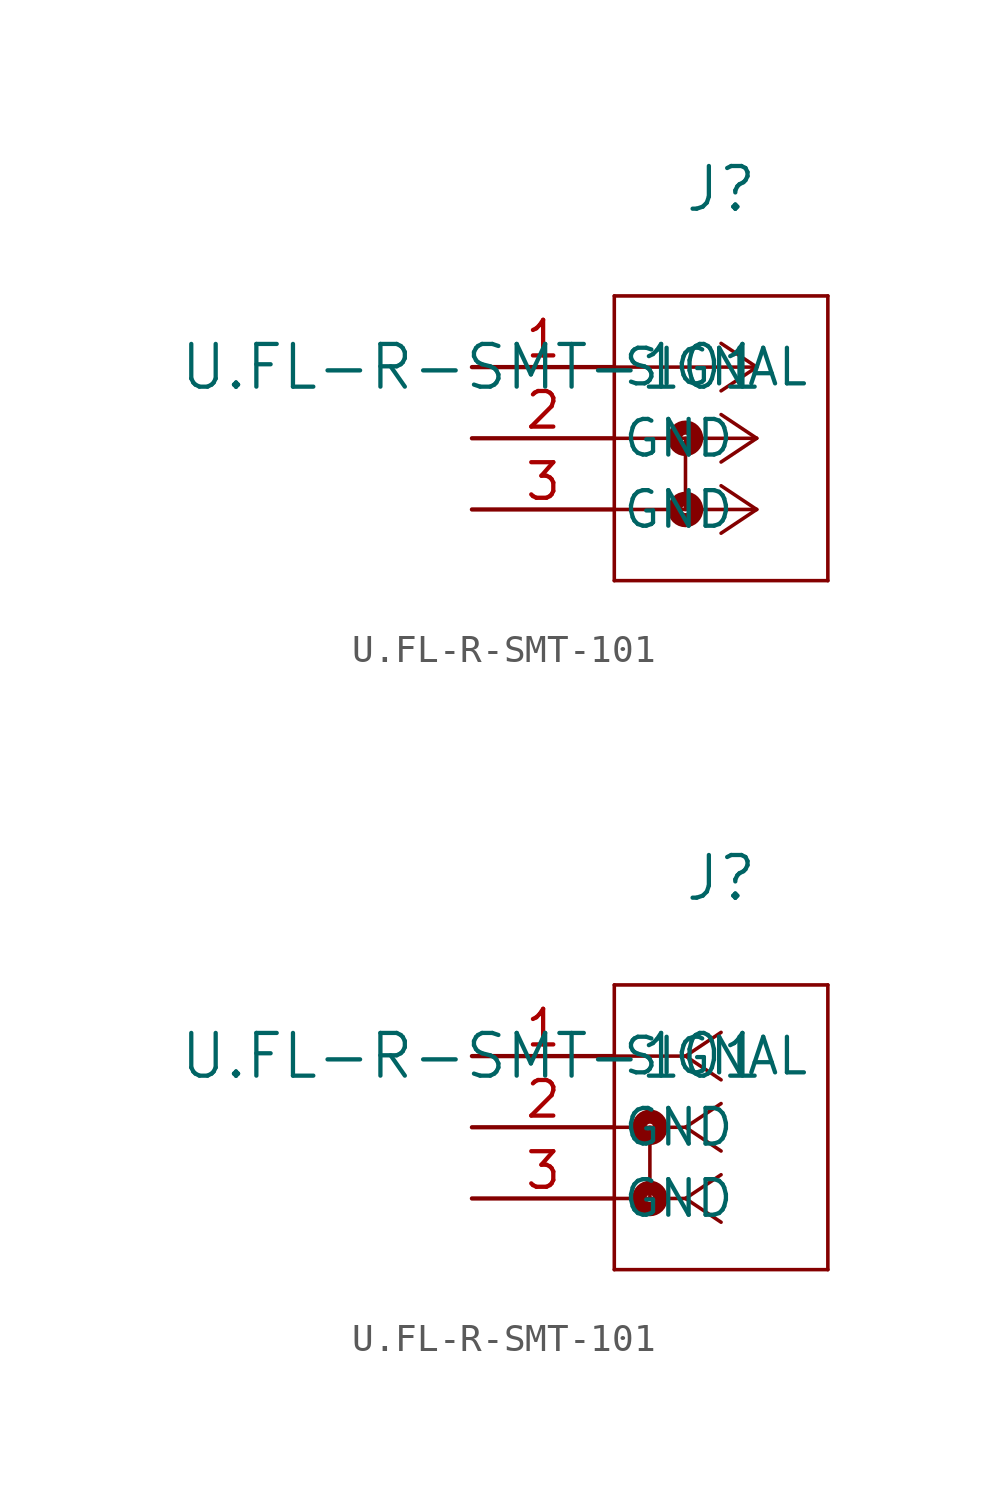
<source format=kicad_sym>
(kicad_symbol_lib
  (version 20211014)
  (generator kicad_symbol_editor)
  (symbol "U.FL-R-SMT-101"
    (pin_names
      (offset 0.254))
    (property "Reference" "J"
      (at 8.89 6.35 0)
      (effects (font (size 1.524 1.524))))
    (property "Value" "U.FL-R-SMT-101"
      (at 0 0 0)
      (effects (font (size 1.524 1.524))))
    (symbol "U.FL-R-SMT-101_1_1"
      (polyline (pts (xy 10.16 0) (xy 5.08 0)) (stroke (width 0.127) (type default) (color 0 0 0 0)) (fill (type none)))
      (polyline (pts (xy 10.16 -2.54) (xy 5.08 -2.54)) (stroke (width 0.127) (type default) (color 0 0 0 0)) (fill (type none)))
      (polyline (pts (xy 10.16 -5.08) (xy 5.08 -5.08)) (stroke (width 0.127) (type default) (color 0 0 0 0)) (fill (type none)))
      (polyline (pts (xy 10.16 0) (xy 8.89 0.847)) (stroke (width 0.127) (type default) (color 0 0 0 0)) (fill (type none)))
      (polyline (pts (xy 10.16 -2.54) (xy 8.89 -1.693)) (stroke (width 0.127) (type default) (color 0 0 0 0)) (fill (type none)))
      (polyline (pts (xy 10.16 -5.08) (xy 8.89 -4.233)) (stroke (width 0.127) (type default) (color 0 0 0 0)) (fill (type none)))
      (polyline (pts (xy 10.16 0) (xy 8.89 -0.847)) (stroke (width 0.127) (type default) (color 0 0 0 0)) (fill (type none)))
      (polyline (pts (xy 10.16 -2.54) (xy 8.89 -3.387)) (stroke (width 0.127) (type default) (color 0 0 0 0)) (fill (type none)))
      (polyline (pts (xy 10.16 -5.08) (xy 8.89 -5.927)) (stroke (width 0.127) (type default) (color 0 0 0 0)) (fill (type none)))
      (polyline (pts (xy 5.08 2.54) (xy 5.08 -7.62)) (stroke (width 0.127) (type default) (color 0 0 0 0)) (fill (type none)))
      (polyline (pts (xy 5.08 -7.62) (xy 12.7 -7.62)) (stroke (width 0.127) (type default) (color 0 0 0 0)) (fill (type none)))
      (polyline (pts (xy 12.7 -7.62) (xy 12.7 2.54)) (stroke (width 0.127) (type default) (color 0 0 0 0)) (fill (type none)))
      (polyline (pts (xy 12.7 2.54) (xy 5.08 2.54)) (stroke (width 0.127) (type default) (color 0 0 0 0)) (fill (type none)))
      (circle (center 7.62 -2.54) (radius 0.127) (stroke (width 0.508) (type default) (color 0 0 0 0)) (fill (type none)))
      (polyline (pts (xy 7.62 -2.54) (xy 7.62 -5.08)) (stroke (width 0.127) (type default) (color 0 0 0 0)) (fill (type none)))
      (circle (center 7.62 -5.08) (radius 0.127) (stroke (width 0.508) (type default) (color 0 0 0 0)) (fill (type none)))
      (pin unspecified line (at 0 0 0) (length 5.08) (name "SIGNAL" (effects (font (size 1.27 1.27)))) (number "1" (effects (font (size 1.27 1.27)))))
      (pin unspecified line (at 0 -2.54 0) (length 5.08) (name "GND" (effects (font (size 1.27 1.27)))) (number "2" (effects (font (size 1.27 1.27)))))
      (pin unspecified line (at 0 -5.08 0) (length 5.08) (name "GND" (effects (font (size 1.27 1.27)))) (number "3" (effects (font (size 1.27 1.27))))))
    (symbol "U.FL-R-SMT-101_1_2"
      (polyline (pts (xy 7.62 0) (xy 5.08 0)) (stroke (width 0.127) (type default) (color 0 0 0 0)) (fill (type none)))
      (polyline (pts (xy 7.62 -2.54) (xy 5.08 -2.54)) (stroke (width 0.127) (type default) (color 0 0 0 0)) (fill (type none)))
      (polyline (pts (xy 7.62 -5.08) (xy 5.08 -5.08)) (stroke (width 0.127) (type default) (color 0 0 0 0)) (fill (type none)))
      (polyline (pts (xy 7.62 0) (xy 8.89 0.847)) (stroke (width 0.127) (type default) (color 0 0 0 0)) (fill (type none)))
      (polyline (pts (xy 7.62 -2.54) (xy 8.89 -1.693)) (stroke (width 0.127) (type default) (color 0 0 0 0)) (fill (type none)))
      (polyline (pts (xy 7.62 -5.08) (xy 8.89 -4.233)) (stroke (width 0.127) (type default) (color 0 0 0 0)) (fill (type none)))
      (polyline (pts (xy 7.62 0) (xy 8.89 -0.847)) (stroke (width 0.127) (type default) (color 0 0 0 0)) (fill (type none)))
      (polyline (pts (xy 7.62 -2.54) (xy 8.89 -3.387)) (stroke (width 0.127) (type default) (color 0 0 0 0)) (fill (type none)))
      (polyline (pts (xy 7.62 -5.08) (xy 8.89 -5.927)) (stroke (width 0.127) (type default) (color 0 0 0 0)) (fill (type none)))
      (polyline (pts (xy 5.08 2.54) (xy 5.08 -7.62)) (stroke (width 0.127) (type default) (color 0 0 0 0)) (fill (type none)))
      (polyline (pts (xy 5.08 -7.62) (xy 12.7 -7.62)) (stroke (width 0.127) (type default) (color 0 0 0 0)) (fill (type none)))
      (polyline (pts (xy 12.7 -7.62) (xy 12.7 2.54)) (stroke (width 0.127) (type default) (color 0 0 0 0)) (fill (type none)))
      (polyline (pts (xy 12.7 2.54) (xy 5.08 2.54)) (stroke (width 0.127) (type default) (color 0 0 0 0)) (fill (type none)))
      (circle (center 6.35 -2.54) (radius 0.127) (stroke (width 0.508) (type default) (color 0 0 0 0)) (fill (type none)))
      (polyline (pts (xy 6.35 -2.54) (xy 6.35 -5.08)) (stroke (width 0.127) (type default) (color 0 0 0 0)) (fill (type none)))
      (circle (center 6.35 -5.08) (radius 0.127) (stroke (width 0.508) (type default) (color 0 0 0 0)) (fill (type none)))
      (pin unspecified line (at 0 0 0) (length 5.08) (name "SIGNAL" (effects (font (size 1.27 1.27)))) (number "1" (effects (font (size 1.27 1.27)))))
      (pin unspecified line (at 0 -2.54 0) (length 5.08) (name "GND" (effects (font (size 1.27 1.27)))) (number "2" (effects (font (size 1.27 1.27)))))
      (pin unspecified line (at 0 -5.08 0) (length 5.08) (name "GND" (effects (font (size 1.27 1.27)))) (number "3" (effects (font (size 1.27 1.27))))))))
</source>
